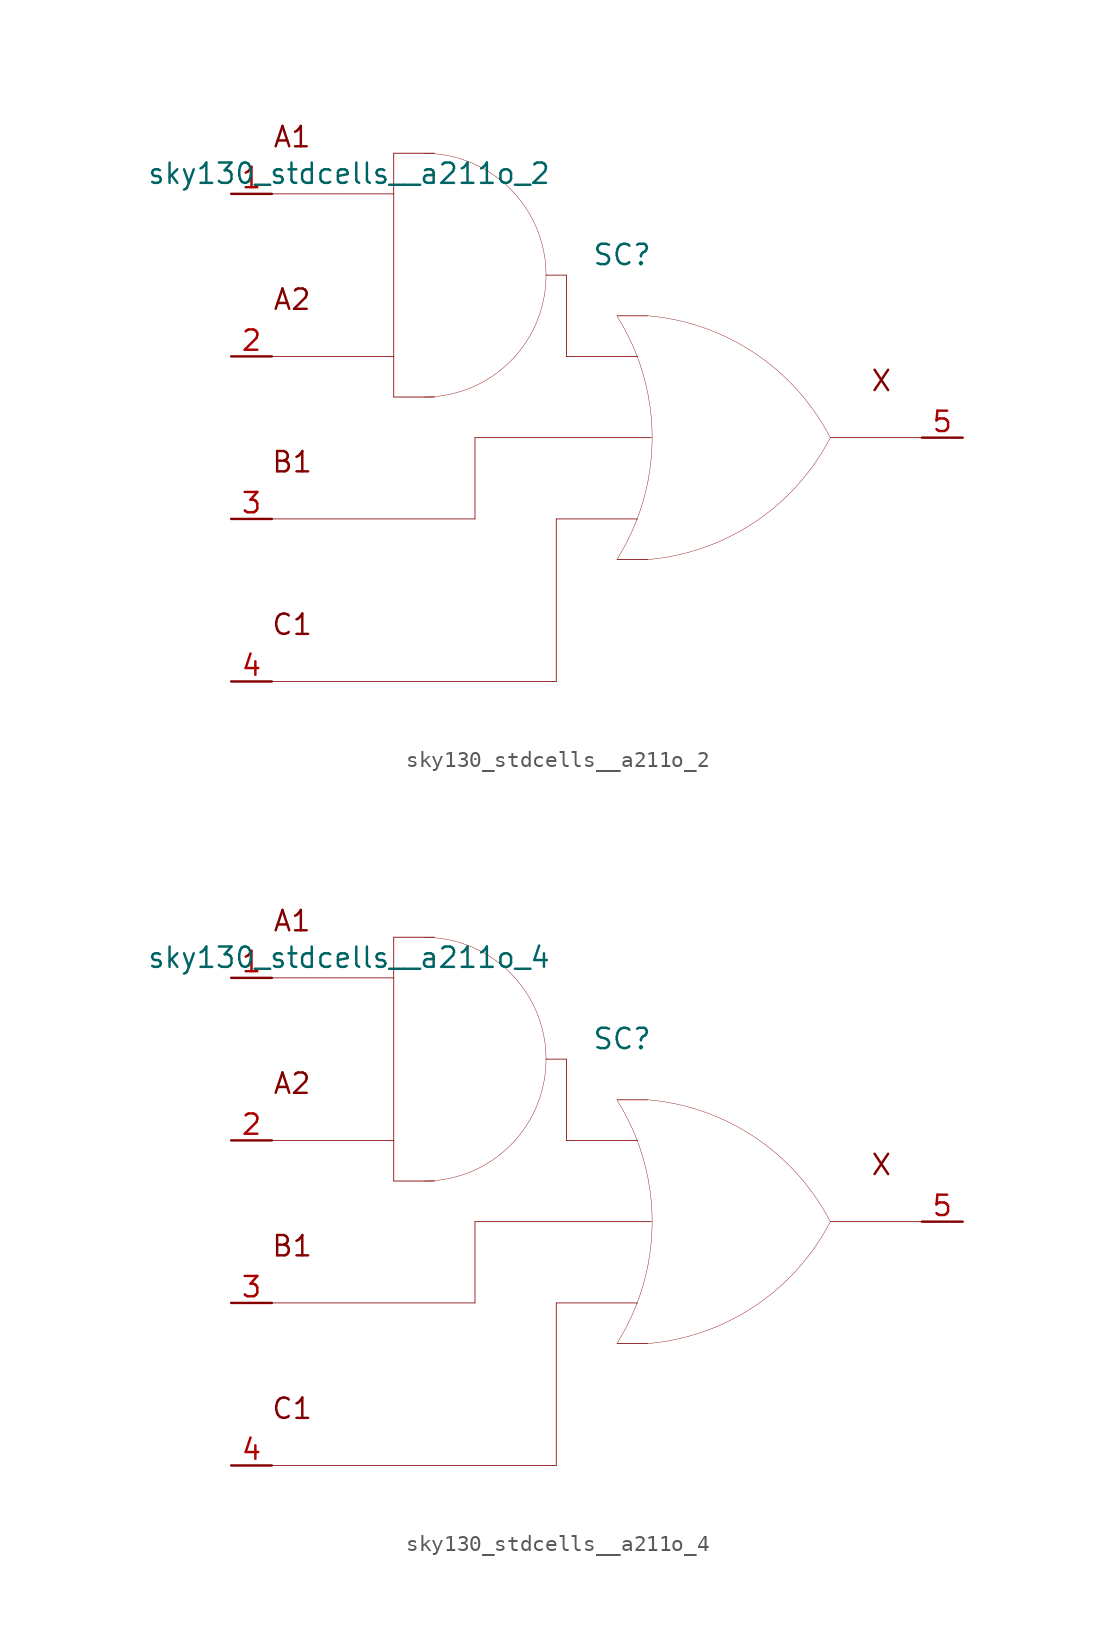
<source format=kicad_sym>
(kicad_symbol_lib
  (version 20211014)
  (generator kicad_symbol_editor)
  (symbol "sky130_stdcells__a211o_2"
    (pin_names hide)
    (property "Reference" "SC"
      (at 1.575 11.43 0)
      (effects (font (size 1.27 1.27))))
    (property "Value" "sky130_stdcells__a211o_2"
      (at -2.845 16.51 0)
      (effects (font (size 1.27 1.27)) (justify right)))
    (symbol "sky130_stdcells__a211o_2_0_0"
      (arc (start -10.795 2.54) (mid -8.8228 2.7996) (end -6.985 3.5609) (stroke (width 0.0254) (type default) (color 0 0 0 0)) (fill (type none)))
      (arc (start -6.985 3.5609) (mid -5.4069 4.7719) (end -4.1959 6.35) (stroke (width 0.0254) (type default) (color 0 0 0 0)) (fill (type none)))
      (arc (start -6.985 16.7591) (mid -8.8228 17.5203) (end -10.795 17.78) (stroke (width 0.0254) (type default) (color 0 0 0 0)) (fill (type none)))
      (arc (start -4.1959 6.35) (mid -3.4347 8.1878) (end -3.175 10.16) (stroke (width 0.0254) (type default) (color 0 0 0 0)) (fill (type none)))
      (arc (start -4.1959 13.97) (mid -5.4069 15.5481) (end -6.985 16.7591) (stroke (width 0.0254) (type default) (color 0 0 0 0)) (fill (type none)))
      (arc (start -3.175 10.16) (mid -3.4346 12.1322) (end -4.1959 13.97) (stroke (width 0.0254) (type default) (color 0 0 0 0)) (fill (type none)))
      (polyline (pts (xy -20.32 -15.24) (xy -2.54 -15.24)) (stroke (width 0.051) (type default) (color 0 0 0 0)) (fill (type none)))
      (polyline (pts (xy -20.32 -5.08) (xy -7.62 -5.08)) (stroke (width 0.051) (type default) (color 0 0 0 0)) (fill (type none)))
      (polyline (pts (xy -20.32 5.08) (xy -12.7 5.08)) (stroke (width 0.051) (type default) (color 0 0 0 0)) (fill (type none)))
      (polyline (pts (xy -20.32 15.24) (xy -12.7 15.24)) (stroke (width 0.051) (type default) (color 0 0 0 0)) (fill (type none)))
      (polyline (pts (xy -12.7 2.54) (xy -10.16 2.54)) (stroke (width 0.051) (type default) (color 0 0 0 0)) (fill (type none)))
      (polyline (pts (xy -12.7 17.78) (xy -12.7 2.54)) (stroke (width 0.051) (type default) (color 0 0 0 0)) (fill (type none)))
      (polyline (pts (xy -12.7 17.78) (xy -10.16 17.78)) (stroke (width 0.051) (type default) (color 0 0 0 0)) (fill (type none)))
      (polyline (pts (xy -7.62 0) (xy -7.62 -5.08)) (stroke (width 0.051) (type default) (color 0 0 0 0)) (fill (type none)))
      (polyline (pts (xy -7.62 0) (xy 3.404 0)) (stroke (width 0.051) (type default) (color 0 0 0 0)) (fill (type none)))
      (polyline (pts (xy -3.175 10.16) (xy -1.905 10.16)) (stroke (width 0.051) (type default) (color 0 0 0 0)) (fill (type none)))
      (polyline (pts (xy -2.54 -5.08) (xy -2.54 -15.24)) (stroke (width 0.051) (type default) (color 0 0 0 0)) (fill (type none)))
      (polyline (pts (xy -2.54 -5.08) (xy 2.54 -5.08)) (stroke (width 0.051) (type default) (color 0 0 0 0)) (fill (type none)))
      (polyline (pts (xy -1.905 5.08) (xy 2.54 5.08)) (stroke (width 0.051) (type default) (color 0 0 0 0)) (fill (type none)))
      (polyline (pts (xy -1.905 10.16) (xy -1.905 5.08)) (stroke (width 0.051) (type default) (color 0 0 0 0)) (fill (type none)))
      (polyline (pts (xy 1.27 -7.62) (xy 3.175 -7.62)) (stroke (width 0.051) (type default) (color 0 0 0 0)) (fill (type none)))
      (polyline (pts (xy 1.27 7.62) (xy 3.175 7.62)) (stroke (width 0.051) (type default) (color 0 0 0 0)) (fill (type none)))
      (polyline (pts (xy 14.605 0) (xy 20.32 0)) (stroke (width 0.051) (type default) (color 0 0 0 0)) (fill (type none)))
      (arc (start 1.2495 -7.6142) (mid 1.907 -6.458) (end 2.4538 -5.2456) (stroke (width 0.0254) (type default) (color 0 0 0 0)) (fill (type none)))
      (arc (start 2.4538 -5.2456) (mid 2.8887 -3.9755) (end 3.202 -2.6701) (stroke (width 0.0254) (type default) (color 0 0 0 0)) (fill (type none)))
      (arc (start 2.472 5.1993) (mid 1.9238 6.4248) (end 1.2627 7.5932) (stroke (width 0.0254) (type default) (color 0 0 0 0)) (fill (type none)))
      (arc (start 3.1446 -7.6231) (mid 9.8386 -5.2986) (end 14.5755 -0.0284) (stroke (width 0.0254) (type default) (color 0 0 0 0)) (fill (type none)))
      (arc (start 3.202 -2.6701) (mid 3.3912 -1.341) (end 3.4544 0) (stroke (width 0.0254) (type default) (color 0 0 0 0)) (fill (type none)))
      (arc (start 3.2066 2.6456) (mid 2.8989 3.9396) (end 2.472 5.1993) (stroke (width 0.0254) (type default) (color 0 0 0 0)) (fill (type none)))
      (arc (start 3.4544 0) (mid 3.3923 1.3286) (end 3.2066 2.6456) (stroke (width 0.0254) (type default) (color 0 0 0 0)) (fill (type none)))
      (arc (start 14.5983 -0.0156) (mid 9.8798 5.271) (end 3.194 7.6189) (stroke (width 0.0254) (type default) (color 0 0 0 0)) (fill (type none)))
      (text "A1" (at -19.05 18.796 0) (effects (font (size 1.27 1.27))))
      (text "A2" (at -19.05 8.636 0) (effects (font (size 1.27 1.27))))
      (text "B1" (at -19.05 -1.524 0) (effects (font (size 1.27 1.27))))
      (text "C1" (at -19.05 -11.684 0) (effects (font (size 1.27 1.27))))
      (text "X" (at 17.78 3.556 0) (effects (font (size 1.27 1.27)))))
    (symbol "sky130_stdcells__a211o_2_1_1"
      (pin input line (at -22.86 15.24 0) (length 2.54) (name "A1" (effects (font (size 1.092 1.092)))) (number "1" (effects (font (size 1.27 1.27)))))
      (pin input line (at -22.86 5.08 0) (length 2.54) (name "A2" (effects (font (size 1.092 1.092)))) (number "2" (effects (font (size 1.27 1.27)))))
      (pin input line (at -22.86 -5.08 0) (length 2.54) (name "B1" (effects (font (size 1.092 1.092)))) (number "3" (effects (font (size 1.27 1.27)))))
      (pin input line (at -22.86 -15.24 0) (length 2.54) (name "C1" (effects (font (size 1.092 1.092)))) (number "4" (effects (font (size 1.27 1.27)))))
      (pin output line (at 22.86 0 180) (length 2.54) (name "X" (effects (font (size 1.092 1.092)))) (number "5" (effects (font (size 1.27 1.27)))))))
  (symbol "sky130_stdcells__a211o_4"
    (pin_names hide)
    (property "Reference" "SC"
      (at 1.575 11.43 0)
      (effects (font (size 1.27 1.27))))
    (property "Value" "sky130_stdcells__a211o_4"
      (at -2.845 16.51 0)
      (effects (font (size 1.27 1.27)) (justify right)))
    (symbol "sky130_stdcells__a211o_4_0_0"
      (arc (start -10.795 2.54) (mid -8.8228 2.7996) (end -6.985 3.5609) (stroke (width 0.0254) (type default) (color 0 0 0 0)) (fill (type none)))
      (arc (start -6.985 3.5609) (mid -5.4069 4.7719) (end -4.1959 6.35) (stroke (width 0.0254) (type default) (color 0 0 0 0)) (fill (type none)))
      (arc (start -6.985 16.7591) (mid -8.8228 17.5203) (end -10.795 17.78) (stroke (width 0.0254) (type default) (color 0 0 0 0)) (fill (type none)))
      (arc (start -4.1959 6.35) (mid -3.4347 8.1878) (end -3.175 10.16) (stroke (width 0.0254) (type default) (color 0 0 0 0)) (fill (type none)))
      (arc (start -4.1959 13.97) (mid -5.4069 15.5481) (end -6.985 16.7591) (stroke (width 0.0254) (type default) (color 0 0 0 0)) (fill (type none)))
      (arc (start -3.175 10.16) (mid -3.4346 12.1322) (end -4.1959 13.97) (stroke (width 0.0254) (type default) (color 0 0 0 0)) (fill (type none)))
      (polyline (pts (xy -20.32 -15.24) (xy -2.54 -15.24)) (stroke (width 0.051) (type default) (color 0 0 0 0)) (fill (type none)))
      (polyline (pts (xy -20.32 -5.08) (xy -7.62 -5.08)) (stroke (width 0.051) (type default) (color 0 0 0 0)) (fill (type none)))
      (polyline (pts (xy -20.32 5.08) (xy -12.7 5.08)) (stroke (width 0.051) (type default) (color 0 0 0 0)) (fill (type none)))
      (polyline (pts (xy -20.32 15.24) (xy -12.7 15.24)) (stroke (width 0.051) (type default) (color 0 0 0 0)) (fill (type none)))
      (polyline (pts (xy -12.7 2.54) (xy -10.16 2.54)) (stroke (width 0.051) (type default) (color 0 0 0 0)) (fill (type none)))
      (polyline (pts (xy -12.7 17.78) (xy -12.7 2.54)) (stroke (width 0.051) (type default) (color 0 0 0 0)) (fill (type none)))
      (polyline (pts (xy -12.7 17.78) (xy -10.16 17.78)) (stroke (width 0.051) (type default) (color 0 0 0 0)) (fill (type none)))
      (polyline (pts (xy -7.62 0) (xy -7.62 -5.08)) (stroke (width 0.051) (type default) (color 0 0 0 0)) (fill (type none)))
      (polyline (pts (xy -7.62 0) (xy 3.404 0)) (stroke (width 0.051) (type default) (color 0 0 0 0)) (fill (type none)))
      (polyline (pts (xy -3.175 10.16) (xy -1.905 10.16)) (stroke (width 0.051) (type default) (color 0 0 0 0)) (fill (type none)))
      (polyline (pts (xy -2.54 -5.08) (xy -2.54 -15.24)) (stroke (width 0.051) (type default) (color 0 0 0 0)) (fill (type none)))
      (polyline (pts (xy -2.54 -5.08) (xy 2.54 -5.08)) (stroke (width 0.051) (type default) (color 0 0 0 0)) (fill (type none)))
      (polyline (pts (xy -1.905 5.08) (xy 2.54 5.08)) (stroke (width 0.051) (type default) (color 0 0 0 0)) (fill (type none)))
      (polyline (pts (xy -1.905 10.16) (xy -1.905 5.08)) (stroke (width 0.051) (type default) (color 0 0 0 0)) (fill (type none)))
      (polyline (pts (xy 1.27 -7.62) (xy 3.175 -7.62)) (stroke (width 0.051) (type default) (color 0 0 0 0)) (fill (type none)))
      (polyline (pts (xy 1.27 7.62) (xy 3.175 7.62)) (stroke (width 0.051) (type default) (color 0 0 0 0)) (fill (type none)))
      (polyline (pts (xy 14.605 0) (xy 20.32 0)) (stroke (width 0.051) (type default) (color 0 0 0 0)) (fill (type none)))
      (arc (start 1.2495 -7.6142) (mid 1.907 -6.458) (end 2.4538 -5.2456) (stroke (width 0.0254) (type default) (color 0 0 0 0)) (fill (type none)))
      (arc (start 2.4538 -5.2456) (mid 2.8887 -3.9755) (end 3.202 -2.6701) (stroke (width 0.0254) (type default) (color 0 0 0 0)) (fill (type none)))
      (arc (start 2.472 5.1993) (mid 1.9238 6.4248) (end 1.2627 7.5932) (stroke (width 0.0254) (type default) (color 0 0 0 0)) (fill (type none)))
      (arc (start 3.1446 -7.6231) (mid 9.8386 -5.2986) (end 14.5755 -0.0284) (stroke (width 0.0254) (type default) (color 0 0 0 0)) (fill (type none)))
      (arc (start 3.202 -2.6701) (mid 3.3912 -1.341) (end 3.4544 0) (stroke (width 0.0254) (type default) (color 0 0 0 0)) (fill (type none)))
      (arc (start 3.2066 2.6456) (mid 2.8989 3.9396) (end 2.472 5.1993) (stroke (width 0.0254) (type default) (color 0 0 0 0)) (fill (type none)))
      (arc (start 3.4544 0) (mid 3.3923 1.3286) (end 3.2066 2.6456) (stroke (width 0.0254) (type default) (color 0 0 0 0)) (fill (type none)))
      (arc (start 14.5983 -0.0156) (mid 9.8798 5.271) (end 3.194 7.6189) (stroke (width 0.0254) (type default) (color 0 0 0 0)) (fill (type none)))
      (text "A1" (at -19.05 18.796 0) (effects (font (size 1.27 1.27))))
      (text "A2" (at -19.05 8.636 0) (effects (font (size 1.27 1.27))))
      (text "B1" (at -19.05 -1.524 0) (effects (font (size 1.27 1.27))))
      (text "C1" (at -19.05 -11.684 0) (effects (font (size 1.27 1.27))))
      (text "X" (at 17.78 3.556 0) (effects (font (size 1.27 1.27)))))
    (symbol "sky130_stdcells__a211o_4_1_1"
      (pin input line (at -22.86 15.24 0) (length 2.54) (name "A1" (effects (font (size 1.092 1.092)))) (number "1" (effects (font (size 1.27 1.27)))))
      (pin input line (at -22.86 5.08 0) (length 2.54) (name "A2" (effects (font (size 1.092 1.092)))) (number "2" (effects (font (size 1.27 1.27)))))
      (pin input line (at -22.86 -5.08 0) (length 2.54) (name "B1" (effects (font (size 1.092 1.092)))) (number "3" (effects (font (size 1.27 1.27)))))
      (pin input line (at -22.86 -15.24 0) (length 2.54) (name "C1" (effects (font (size 1.092 1.092)))) (number "4" (effects (font (size 1.27 1.27)))))
      (pin output line (at 22.86 0 180) (length 2.54) (name "X" (effects (font (size 1.092 1.092)))) (number "5" (effects (font (size 1.27 1.27))))))))
</source>
